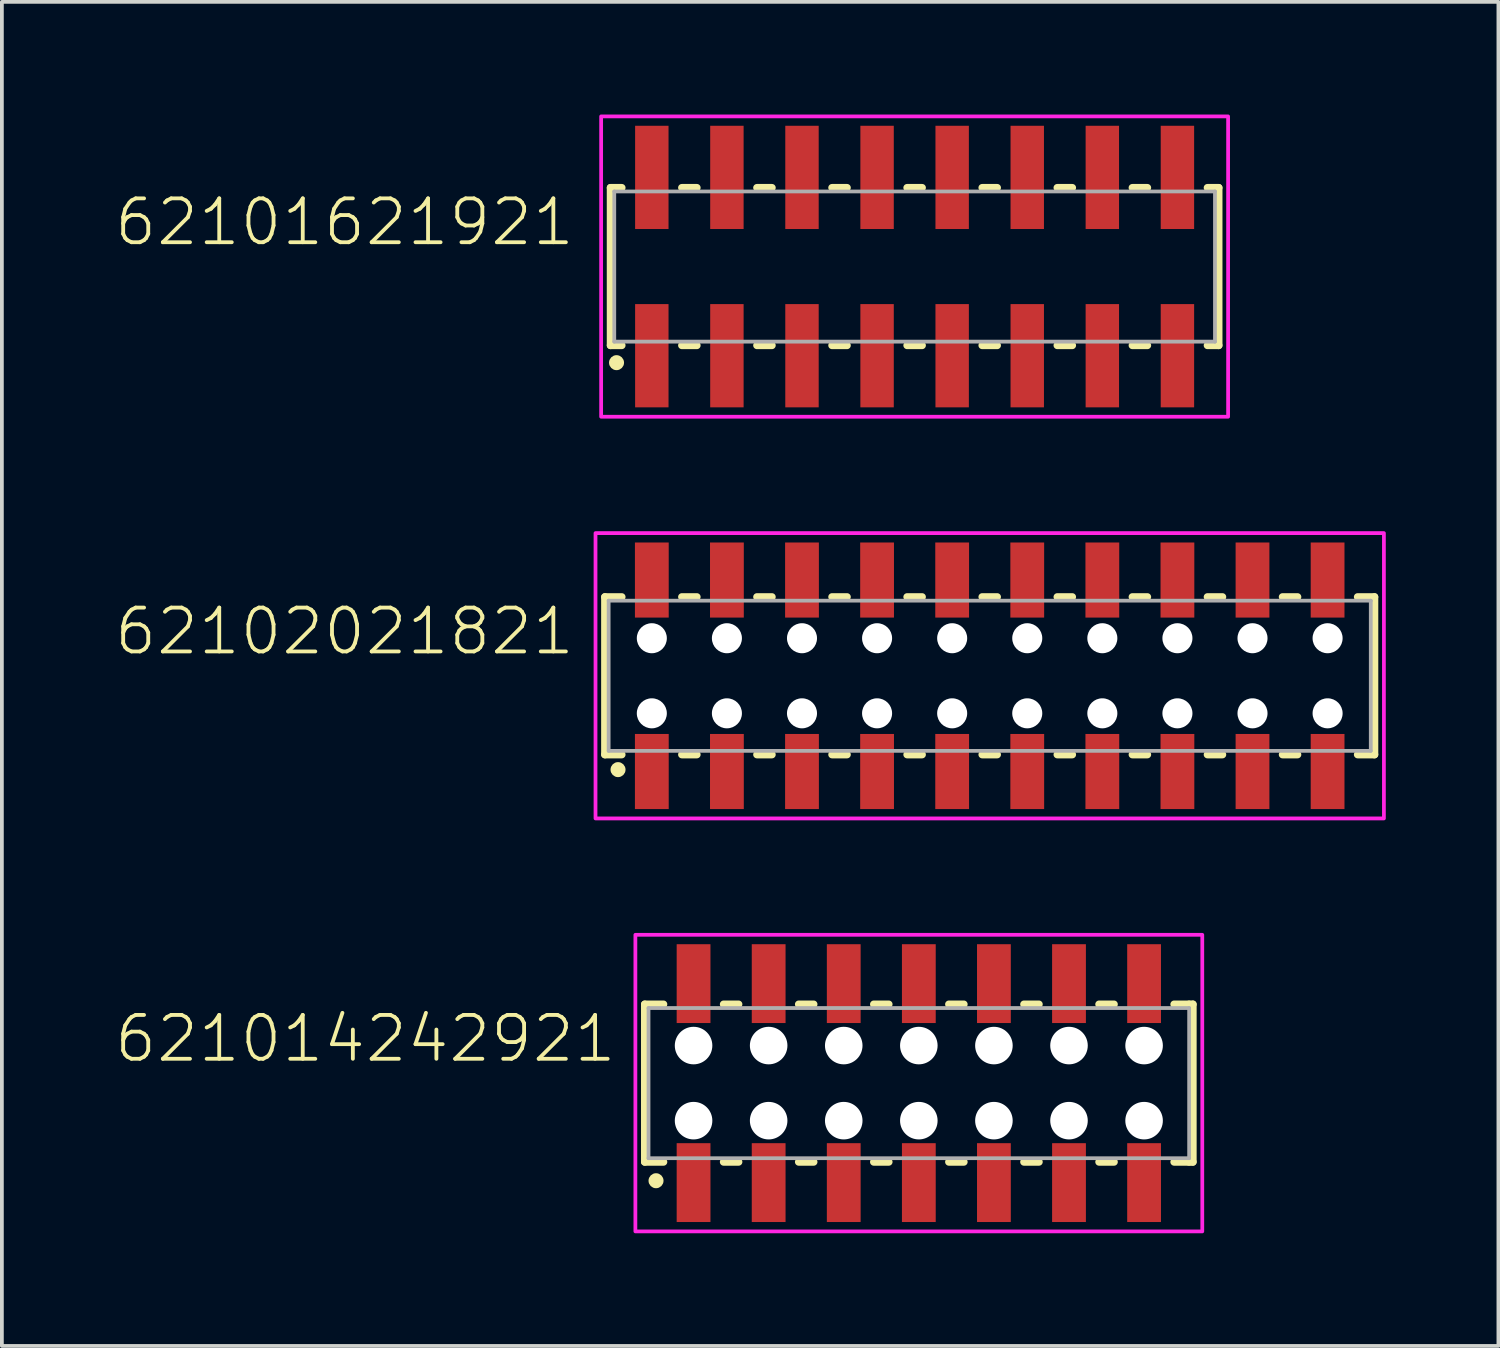
<source format=kicad_pcb>
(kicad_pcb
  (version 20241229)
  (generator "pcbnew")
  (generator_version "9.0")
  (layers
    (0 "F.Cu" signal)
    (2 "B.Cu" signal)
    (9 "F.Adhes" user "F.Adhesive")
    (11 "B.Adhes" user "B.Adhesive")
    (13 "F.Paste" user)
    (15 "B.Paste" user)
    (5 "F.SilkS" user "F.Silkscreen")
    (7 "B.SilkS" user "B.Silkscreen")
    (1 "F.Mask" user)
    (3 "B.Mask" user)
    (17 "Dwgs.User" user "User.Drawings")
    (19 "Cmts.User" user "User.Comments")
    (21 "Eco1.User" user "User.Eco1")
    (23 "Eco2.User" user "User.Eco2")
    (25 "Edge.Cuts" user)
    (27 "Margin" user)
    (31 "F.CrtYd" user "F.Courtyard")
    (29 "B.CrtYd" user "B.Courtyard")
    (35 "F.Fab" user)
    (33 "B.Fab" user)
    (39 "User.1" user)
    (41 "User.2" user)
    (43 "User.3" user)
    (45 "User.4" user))
  (footprint "62102021821"
    (layer "F.Cu")
    (at 23.312 14.95)
    (property "Reference" "62102021821" (at -11 -0.5 0) (unlocked yes) (layer "F.SilkS") (effects (font (size 1.168 1.168) (thickness 0.102)) (justify right bottom)))
    (fp_line (start -10.25 -2.1) (end -10.25 2.1) (stroke (width 0.2) (type solid)) (layer "F.SilkS"))
    (fp_line (start -10.25 2.1) (end -9.8 2.1) (stroke (width 0.2) (type solid)) (layer "F.SilkS"))
    (fp_line (start -9.8 -2.1) (end -10.25 -2.1) (stroke (width 0.2) (type solid)) (layer "F.SilkS"))
    (fp_line (start -8.2 -2.1) (end -7.8 -2.1) (stroke (width 0.2) (type solid)) (layer "F.SilkS"))
    (fp_line (start -8.2 2.1) (end -7.8 2.1) (stroke (width 0.2) (type solid)) (layer "F.SilkS"))
    (fp_line (start -6.2 -2.1) (end -5.8 -2.1) (stroke (width 0.2) (type solid)) (layer "F.SilkS"))
    (fp_line (start -6.2 2.1) (end -5.8 2.1) (stroke (width 0.2) (type solid)) (layer "F.SilkS"))
    (fp_line (start -4.2 -2.1) (end -3.8 -2.1) (stroke (width 0.2) (type solid)) (layer "F.SilkS"))
    (fp_line (start -4.2 2.1) (end -3.8 2.1) (stroke (width 0.2) (type solid)) (layer "F.SilkS"))
    (fp_line (start -2.2 -2.1) (end -1.8 -2.1) (stroke (width 0.2) (type solid)) (layer "F.SilkS"))
    (fp_line (start -2.2 2.1) (end -1.8 2.1) (stroke (width 0.2) (type solid)) (layer "F.SilkS"))
    (fp_line (start -0.2 -2.1) (end 0.2 -2.1) (stroke (width 0.2) (type solid)) (layer "F.SilkS"))
    (fp_line (start -0.2 2.1) (end 0.2 2.1) (stroke (width 0.2) (type solid)) (layer "F.SilkS"))
    (fp_line (start 1.8 -2.1) (end 2.2 -2.1) (stroke (width 0.2) (type solid)) (layer "F.SilkS"))
    (fp_line (start 1.8 2.1) (end 2.2 2.1) (stroke (width 0.2) (type solid)) (layer "F.SilkS"))
    (fp_line (start 3.8 -2.1) (end 4.2 -2.1) (stroke (width 0.2) (type solid)) (layer "F.SilkS"))
    (fp_line (start 3.8 2.1) (end 4.2 2.1) (stroke (width 0.2) (type solid)) (layer "F.SilkS"))
    (fp_line (start 5.8 -2.1) (end 6.2 -2.1) (stroke (width 0.2) (type solid)) (layer "F.SilkS"))
    (fp_line (start 5.8 2.1) (end 6.2 2.1) (stroke (width 0.2) (type solid)) (layer "F.SilkS"))
    (fp_line (start 7.8 -2.1) (end 8.2 -2.1) (stroke (width 0.2) (type solid)) (layer "F.SilkS"))
    (fp_line (start 7.8 2.1) (end 8.2 2.1) (stroke (width 0.2) (type solid)) (layer "F.SilkS"))
    (fp_line (start 9.8 -2.1) (end 10.25 -2.1) (stroke (width 0.2) (type solid)) (layer "F.SilkS"))
    (fp_line (start 9.8 2.1) (end 10.25 2.1) (stroke (width 0.2) (type solid)) (layer "F.SilkS"))
    (fp_line (start 10.25 -2.1) (end 10.25 2.1) (stroke (width 0.2) (type solid)) (layer "F.SilkS"))
    (fp_circle (center -9.9 2.5) (end -9.8 2.5) (stroke (width 0.2) (type solid)) (fill no) (layer "F.SilkS"))
    (fp_poly (pts (xy 10.5 3.8) (xy -10.5 3.8) (xy -10.5 -3.8) (xy 10.5 -3.8)) (stroke (width 0.1) (type default)) (fill no) (layer "F.CrtYd"))
    (fp_line (start -10.15 -2) (end 10.15 -2) (stroke (width 0.1) (type solid)) (layer "F.Fab"))
    (fp_line (start -10.15 2) (end -10.15 -2) (stroke (width 0.1) (type solid)) (layer "F.Fab"))
    (fp_line (start 10.15 -2) (end 10.15 2) (stroke (width 0.1) (type solid)) (layer "F.Fab"))
    (fp_line (start 10.15 2) (end -10.15 2) (stroke (width 0.1) (type solid)) (layer "F.Fab"))
    (pad "" np_thru_hole circle (at -9 -1) (size 0.8 0.8) (drill 0.8) (layers "*.Cu" "*.Mask"))
    (pad "" np_thru_hole circle (at -9 1) (size 0.8 0.8) (drill 0.8) (layers "*.Cu" "*.Mask"))
    (pad "" np_thru_hole circle (at -7 -1) (size 0.8 0.8) (drill 0.8) (layers "*.Cu" "*.Mask"))
    (pad "" np_thru_hole circle (at -7 1) (size 0.8 0.8) (drill 0.8) (layers "*.Cu" "*.Mask"))
    (pad "" np_thru_hole circle (at -5 -1) (size 0.8 0.8) (drill 0.8) (layers "*.Cu" "*.Mask"))
    (pad "" np_thru_hole circle (at -5 1) (size 0.8 0.8) (drill 0.8) (layers "*.Cu" "*.Mask"))
    (pad "" np_thru_hole circle (at -3 -1) (size 0.8 0.8) (drill 0.8) (layers "*.Cu" "*.Mask"))
    (pad "" np_thru_hole circle (at -3 1) (size 0.8 0.8) (drill 0.8) (layers "*.Cu" "*.Mask"))
    (pad "" np_thru_hole circle (at -1 -1) (size 0.8 0.8) (drill 0.8) (layers "*.Cu" "*.Mask"))
    (pad "" np_thru_hole circle (at -1 1) (size 0.8 0.8) (drill 0.8) (layers "*.Cu" "*.Mask"))
    (pad "" np_thru_hole circle (at 1 -1) (size 0.8 0.8) (drill 0.8) (layers "*.Cu" "*.Mask"))
    (pad "" np_thru_hole circle (at 1 1) (size 0.8 0.8) (drill 0.8) (layers "*.Cu" "*.Mask"))
    (pad "" np_thru_hole circle (at 3 -1) (size 0.8 0.8) (drill 0.8) (layers "*.Cu" "*.Mask"))
    (pad "" np_thru_hole circle (at 3 1) (size 0.8 0.8) (drill 0.8) (layers "*.Cu" "*.Mask"))
    (pad "" np_thru_hole circle (at 5 -1) (size 0.8 0.8) (drill 0.8) (layers "*.Cu" "*.Mask"))
    (pad "" np_thru_hole circle (at 5 1) (size 0.8 0.8) (drill 0.8) (layers "*.Cu" "*.Mask"))
    (pad "" np_thru_hole circle (at 7 -1) (size 0.8 0.8) (drill 0.8) (layers "*.Cu" "*.Mask"))
    (pad "" np_thru_hole circle (at 7 1) (size 0.8 0.8) (drill 0.8) (layers "*.Cu" "*.Mask"))
    (pad "" np_thru_hole circle (at 9 -1) (size 0.8 0.8) (drill 0.8) (layers "*.Cu" "*.Mask"))
    (pad "" np_thru_hole circle (at 9 1) (size 0.8 0.8) (drill 0.8) (layers "*.Cu" "*.Mask"))
    (pad "1" smd rect (at -9 2.55) (size 0.9 2) (layers "F.Cu" "F.Mask" "F.Paste"))
    (pad "2" smd rect (at -9 -2.55) (size 0.9 2) (layers "F.Cu" "F.Mask" "F.Paste"))
    (pad "3" smd rect (at -7 2.55) (size 0.9 2) (layers "F.Cu" "F.Mask" "F.Paste"))
    (pad "4" smd rect (at -7 -2.55) (size 0.9 2) (layers "F.Cu" "F.Mask" "F.Paste"))
    (pad "5" smd rect (at -5 2.55) (size 0.9 2) (layers "F.Cu" "F.Mask" "F.Paste"))
    (pad "6" smd rect (at -5 -2.55) (size 0.9 2) (layers "F.Cu" "F.Mask" "F.Paste"))
    (pad "7" smd rect (at -3 2.55) (size 0.9 2) (layers "F.Cu" "F.Mask" "F.Paste"))
    (pad "8" smd rect (at -3 -2.55) (size 0.9 2) (layers "F.Cu" "F.Mask" "F.Paste"))
    (pad "9" smd rect (at -1 2.55) (size 0.9 2) (layers "F.Cu" "F.Mask" "F.Paste"))
    (pad "10" smd rect (at -1 -2.55) (size 0.9 2) (layers "F.Cu" "F.Mask" "F.Paste"))
    (pad "11" smd rect (at 1 2.55) (size 0.9 2) (layers "F.Cu" "F.Mask" "F.Paste"))
    (pad "12" smd rect (at 1 -2.55) (size 0.9 2) (layers "F.Cu" "F.Mask" "F.Paste"))
    (pad "13" smd rect (at 3 2.55) (size 0.9 2) (layers "F.Cu" "F.Mask" "F.Paste"))
    (pad "14" smd rect (at 3 -2.55) (size 0.9 2) (layers "F.Cu" "F.Mask" "F.Paste"))
    (pad "15" smd rect (at 5 2.55) (size 0.9 2) (layers "F.Cu" "F.Mask" "F.Paste"))
    (pad "16" smd rect (at 5 -2.55) (size 0.9 2) (layers "F.Cu" "F.Mask" "F.Paste"))
    (pad "17" smd rect (at 7 2.55) (size 0.9 2) (layers "F.Cu" "F.Mask" "F.Paste"))
    (pad "18" smd rect (at 7 -2.55) (size 0.9 2) (layers "F.Cu" "F.Mask" "F.Paste"))
    (pad "19" smd rect (at 9 2.55) (size 0.9 2) (layers "F.Cu" "F.Mask" "F.Paste"))
    (pad "20" smd rect (at 9 -2.55) (size 0.9 2) (layers "F.Cu" "F.Mask" "F.Paste")))
  (footprint "621014242921"
    (layer "F.Cu")
    (at 21.424 25.8)
    (property "Reference" "621014242921" (at -8 -0.5 0) (unlocked yes) (layer "F.SilkS") (effects (font (size 1.168 1.168) (thickness 0.102)) (justify right bottom)))
    (fp_line (start -7.3 -2.1) (end -7.3 2.1) (stroke (width 0.2) (type solid)) (layer "F.SilkS"))
    (fp_line (start -7.3 2.1) (end -6.8 2.1) (stroke (width 0.2) (type solid)) (layer "F.SilkS"))
    (fp_line (start -6.8 -2.1) (end -7.3 -2.1) (stroke (width 0.2) (type solid)) (layer "F.SilkS"))
    (fp_line (start -5.2 2.1) (end -4.8 2.1) (stroke (width 0.2) (type solid)) (layer "F.SilkS"))
    (fp_line (start -4.8 -2.1) (end -5.2 -2.1) (stroke (width 0.2) (type solid)) (layer "F.SilkS"))
    (fp_line (start -3.2 2.1) (end -2.8 2.1) (stroke (width 0.2) (type solid)) (layer "F.SilkS"))
    (fp_line (start -2.8 -2.1) (end -3.2 -2.1) (stroke (width 0.2) (type solid)) (layer "F.SilkS"))
    (fp_line (start -1.2 2.1) (end -0.8 2.1) (stroke (width 0.2) (type solid)) (layer "F.SilkS"))
    (fp_line (start -0.8 -2.1) (end -1.2 -2.1) (stroke (width 0.2) (type solid)) (layer "F.SilkS"))
    (fp_line (start 0.8 2.1) (end 1.2 2.1) (stroke (width 0.2) (type solid)) (layer "F.SilkS"))
    (fp_line (start 1.2 -2.1) (end 0.8 -2.1) (stroke (width 0.2) (type solid)) (layer "F.SilkS"))
    (fp_line (start 2.8 2.1) (end 3.2 2.1) (stroke (width 0.2) (type solid)) (layer "F.SilkS"))
    (fp_line (start 3.2 -2.1) (end 2.8 -2.1) (stroke (width 0.2) (type solid)) (layer "F.SilkS"))
    (fp_line (start 4.8 2.1) (end 5.2 2.1) (stroke (width 0.2) (type solid)) (layer "F.SilkS"))
    (fp_line (start 5.2 -2.1) (end 4.8 -2.1) (stroke (width 0.2) (type solid)) (layer "F.SilkS"))
    (fp_line (start 6.8 2.1) (end 7.2 2.1) (stroke (width 0.2) (type solid)) (layer "F.SilkS"))
    (fp_line (start 7.2 -2.1) (end 6.8 -2.1) (stroke (width 0.2) (type solid)) (layer "F.SilkS"))
    (fp_line (start 7.2 -2.1) (end 7.3 -2.1) (stroke (width 0.2) (type solid)) (layer "F.SilkS"))
    (fp_line (start 7.3 -2.1) (end 7.3 2.1) (stroke (width 0.2) (type solid)) (layer "F.SilkS"))
    (fp_line (start 7.3 2.1) (end 7.2 2.1) (stroke (width 0.2) (type solid)) (layer "F.SilkS"))
    (fp_circle (center -7 2.6) (end -6.9 2.6) (stroke (width 0.2) (type solid)) (fill no) (layer "F.SilkS"))
    (fp_poly (pts (xy 7.55 3.95) (xy -7.55 3.95) (xy -7.55 -3.95) (xy 7.55 -3.95)) (stroke (width 0.1) (type default)) (fill no) (layer "F.CrtYd"))
    (fp_line (start -7.2 -2) (end -7.2 2) (stroke (width 0.1) (type solid)) (layer "F.Fab"))
    (fp_line (start -7.2 2) (end 7.2 2) (stroke (width 0.1) (type solid)) (layer "F.Fab"))
    (fp_line (start 7.2 -2) (end -7.2 -2) (stroke (width 0.1) (type solid)) (layer "F.Fab"))
    (fp_line (start 7.2 2) (end 7.2 -2) (stroke (width 0.1) (type solid)) (layer "F.Fab"))
    (pad "" np_thru_hole circle (at -6 -1) (size 1 1) (drill 1) (layers "*.Cu" "*.Mask"))
    (pad "" np_thru_hole circle (at -6 1) (size 1 1) (drill 1) (layers "*.Cu" "*.Mask"))
    (pad "" np_thru_hole circle (at -4 -1) (size 1 1) (drill 1) (layers "*.Cu" "*.Mask"))
    (pad "" np_thru_hole circle (at -4 1) (size 1 1) (drill 1) (layers "*.Cu" "*.Mask"))
    (pad "" np_thru_hole circle (at -2 -1) (size 1 1) (drill 1) (layers "*.Cu" "*.Mask"))
    (pad "" np_thru_hole circle (at -2 1) (size 1 1) (drill 1) (layers "*.Cu" "*.Mask"))
    (pad "" np_thru_hole circle (at 0 -1) (size 1 1) (drill 1) (layers "*.Cu" "*.Mask"))
    (pad "" np_thru_hole circle (at 0 1) (size 1 1) (drill 1) (layers "*.Cu" "*.Mask"))
    (pad "" np_thru_hole circle (at 2 -1) (size 1 1) (drill 1) (layers "*.Cu" "*.Mask"))
    (pad "" np_thru_hole circle (at 2 1) (size 1 1) (drill 1) (layers "*.Cu" "*.Mask"))
    (pad "" np_thru_hole circle (at 4 -1) (size 1 1) (drill 1) (layers "*.Cu" "*.Mask"))
    (pad "" np_thru_hole circle (at 4 1) (size 1 1) (drill 1) (layers "*.Cu" "*.Mask"))
    (pad "" np_thru_hole circle (at 6 -1) (size 1 1) (drill 1) (layers "*.Cu" "*.Mask"))
    (pad "" np_thru_hole circle (at 6 1) (size 1 1) (drill 1) (layers "*.Cu" "*.Mask"))
    (pad "1" smd rect (at -6 2.65) (size 0.9 2.1) (layers "F.Cu" "F.Mask" "F.Paste"))
    (pad "2" smd rect (at -6 -2.65) (size 0.9 2.1) (layers "F.Cu" "F.Mask" "F.Paste"))
    (pad "3" smd rect (at -4 2.65) (size 0.9 2.1) (layers "F.Cu" "F.Mask" "F.Paste"))
    (pad "4" smd rect (at -4 -2.65) (size 0.9 2.1) (layers "F.Cu" "F.Mask" "F.Paste"))
    (pad "5" smd rect (at -2 2.65) (size 0.9 2.1) (layers "F.Cu" "F.Mask" "F.Paste"))
    (pad "6" smd rect (at -2 -2.65) (size 0.9 2.1) (layers "F.Cu" "F.Mask" "F.Paste"))
    (pad "7" smd rect (at 0 2.65) (size 0.9 2.1) (layers "F.Cu" "F.Mask" "F.Paste"))
    (pad "8" smd rect (at 0 -2.65) (size 0.9 2.1) (layers "F.Cu" "F.Mask" "F.Paste"))
    (pad "9" smd rect (at 2 2.65) (size 0.9 2.1) (layers "F.Cu" "F.Mask" "F.Paste"))
    (pad "10" smd rect (at 2 -2.65) (size 0.9 2.1) (layers "F.Cu" "F.Mask" "F.Paste"))
    (pad "11" smd rect (at 4 2.65) (size 0.9 2.1) (layers "F.Cu" "F.Mask" "F.Paste"))
    (pad "12" smd rect (at 4 -2.65) (size 0.9 2.1) (layers "F.Cu" "F.Mask" "F.Paste"))
    (pad "13" smd rect (at 6 2.65) (size 0.9 2.1) (layers "F.Cu" "F.Mask" "F.Paste"))
    (pad "14" smd rect (at 6 -2.65) (size 0.9 2.1) (layers "F.Cu" "F.Mask" "F.Paste")))
  (footprint "62101621921"
    (layer "F.Cu")
    (at 21.312 4.05)
    (property "Reference" "62101621921" (at -9 -0.5 0) (unlocked yes) (layer "F.SilkS") (effects (font (size 1.168 1.168) (thickness 0.102)) (justify right bottom)))
    (fp_line (start -8.1 -2.1) (end -8.1 2.1) (stroke (width 0.2) (type solid)) (layer "F.SilkS"))
    (fp_line (start -8.1 2.1) (end -7.8 2.1) (stroke (width 0.2) (type solid)) (layer "F.SilkS"))
    (fp_line (start -7.8 -2.1) (end -8.1 -2.1) (stroke (width 0.2) (type solid)) (layer "F.SilkS"))
    (fp_line (start -6.2 -2.1) (end -5.8 -2.1) (stroke (width 0.2) (type solid)) (layer "F.SilkS"))
    (fp_line (start -5.8 2.1) (end -6.2 2.1) (stroke (width 0.2) (type solid)) (layer "F.SilkS"))
    (fp_line (start -4.2 -2.1) (end -3.8 -2.1) (stroke (width 0.2) (type solid)) (layer "F.SilkS"))
    (fp_line (start -3.8 2.1) (end -4.2 2.1) (stroke (width 0.2) (type solid)) (layer "F.SilkS"))
    (fp_line (start -2.2 -2.1) (end -1.8 -2.1) (stroke (width 0.2) (type solid)) (layer "F.SilkS"))
    (fp_line (start -1.8 2.1) (end -2.2 2.1) (stroke (width 0.2) (type solid)) (layer "F.SilkS"))
    (fp_line (start -0.2 -2.1) (end 0.2 -2.1) (stroke (width 0.2) (type solid)) (layer "F.SilkS"))
    (fp_line (start 0.2 2.1) (end -0.2 2.1) (stroke (width 0.2) (type solid)) (layer "F.SilkS"))
    (fp_line (start 1.8 -2.1) (end 2.2 -2.1) (stroke (width 0.2) (type solid)) (layer "F.SilkS"))
    (fp_line (start 2.2 2.1) (end 1.8 2.1) (stroke (width 0.2) (type solid)) (layer "F.SilkS"))
    (fp_line (start 3.8 -2.1) (end 4.2 -2.1) (stroke (width 0.2) (type solid)) (layer "F.SilkS"))
    (fp_line (start 4.2 2.1) (end 3.8 2.1) (stroke (width 0.2) (type solid)) (layer "F.SilkS"))
    (fp_line (start 5.8 -2.1) (end 6.2 -2.1) (stroke (width 0.2) (type solid)) (layer "F.SilkS"))
    (fp_line (start 6.2 2.1) (end 5.8 2.1) (stroke (width 0.2) (type solid)) (layer "F.SilkS"))
    (fp_line (start 7.8 -2.1) (end 8.1 -2.1) (stroke (width 0.2) (type solid)) (layer "F.SilkS"))
    (fp_line (start 8.1 -2.1) (end 8.1 2.1) (stroke (width 0.2) (type solid)) (layer "F.SilkS"))
    (fp_line (start 8.1 2.1) (end 7.8 2.1) (stroke (width 0.2) (type solid)) (layer "F.SilkS"))
    (fp_circle (center -7.94 2.56) (end -7.84 2.56) (stroke (width 0.2) (type solid)) (fill no) (layer "F.SilkS"))
    (fp_poly (pts (xy 8.35 4) (xy -8.35 4) (xy -8.35 -4) (xy 8.35 -4)) (stroke (width 0.1) (type default)) (fill no) (layer "F.CrtYd"))
    (fp_line (start -8 -2) (end 8 -2) (stroke (width 0.1) (type solid)) (layer "F.Fab"))
    (fp_line (start -8 2) (end -8 -2) (stroke (width 0.1) (type solid)) (layer "F.Fab"))
    (fp_line (start 8 -2) (end 8 2) (stroke (width 0.1) (type solid)) (layer "F.Fab"))
    (fp_line (start 8 2) (end -8 2) (stroke (width 0.1) (type solid)) (layer "F.Fab"))
    (pad "1" smd rect (at -7 2.375) (size 0.89 2.75) (layers "F.Cu" "F.Mask" "F.Paste"))
    (pad "2" smd rect (at -7 -2.375) (size 0.89 2.75) (layers "F.Cu" "F.Mask" "F.Paste"))
    (pad "3" smd rect (at -5 2.375) (size 0.89 2.75) (layers "F.Cu" "F.Mask" "F.Paste"))
    (pad "4" smd rect (at -5 -2.375) (size 0.89 2.75) (layers "F.Cu" "F.Mask" "F.Paste"))
    (pad "5" smd rect (at -3 2.375) (size 0.89 2.75) (layers "F.Cu" "F.Mask" "F.Paste"))
    (pad "6" smd rect (at -3 -2.375) (size 0.89 2.75) (layers "F.Cu" "F.Mask" "F.Paste"))
    (pad "7" smd rect (at -1 2.375) (size 0.89 2.75) (layers "F.Cu" "F.Mask" "F.Paste"))
    (pad "8" smd rect (at -1 -2.375) (size 0.89 2.75) (layers "F.Cu" "F.Mask" "F.Paste"))
    (pad "9" smd rect (at 1 2.375) (size 0.89 2.75) (layers "F.Cu" "F.Mask" "F.Paste"))
    (pad "10" smd rect (at 1 -2.375) (size 0.89 2.75) (layers "F.Cu" "F.Mask" "F.Paste"))
    (pad "11" smd rect (at 3 2.375) (size 0.89 2.75) (layers "F.Cu" "F.Mask" "F.Paste"))
    (pad "12" smd rect (at 3 -2.375) (size 0.89 2.75) (layers "F.Cu" "F.Mask" "F.Paste"))
    (pad "13" smd rect (at 5 2.375) (size 0.89 2.75) (layers "F.Cu" "F.Mask" "F.Paste"))
    (pad "14" smd rect (at 5 -2.375) (size 0.89 2.75) (layers "F.Cu" "F.Mask" "F.Paste"))
    (pad "15" smd rect (at 7 2.375) (size 0.89 2.75) (layers "F.Cu" "F.Mask" "F.Paste"))
    (pad "16" smd rect (at 7 -2.375) (size 0.89 2.75) (layers "F.Cu" "F.Mask" "F.Paste")))
  (gr_rect
    (start -3 -3)
    (end 36.862 32.8)
    (stroke (width 0.1) (type default))
    (fill no)
    (layer "Edge.Cuts")))
</source>
